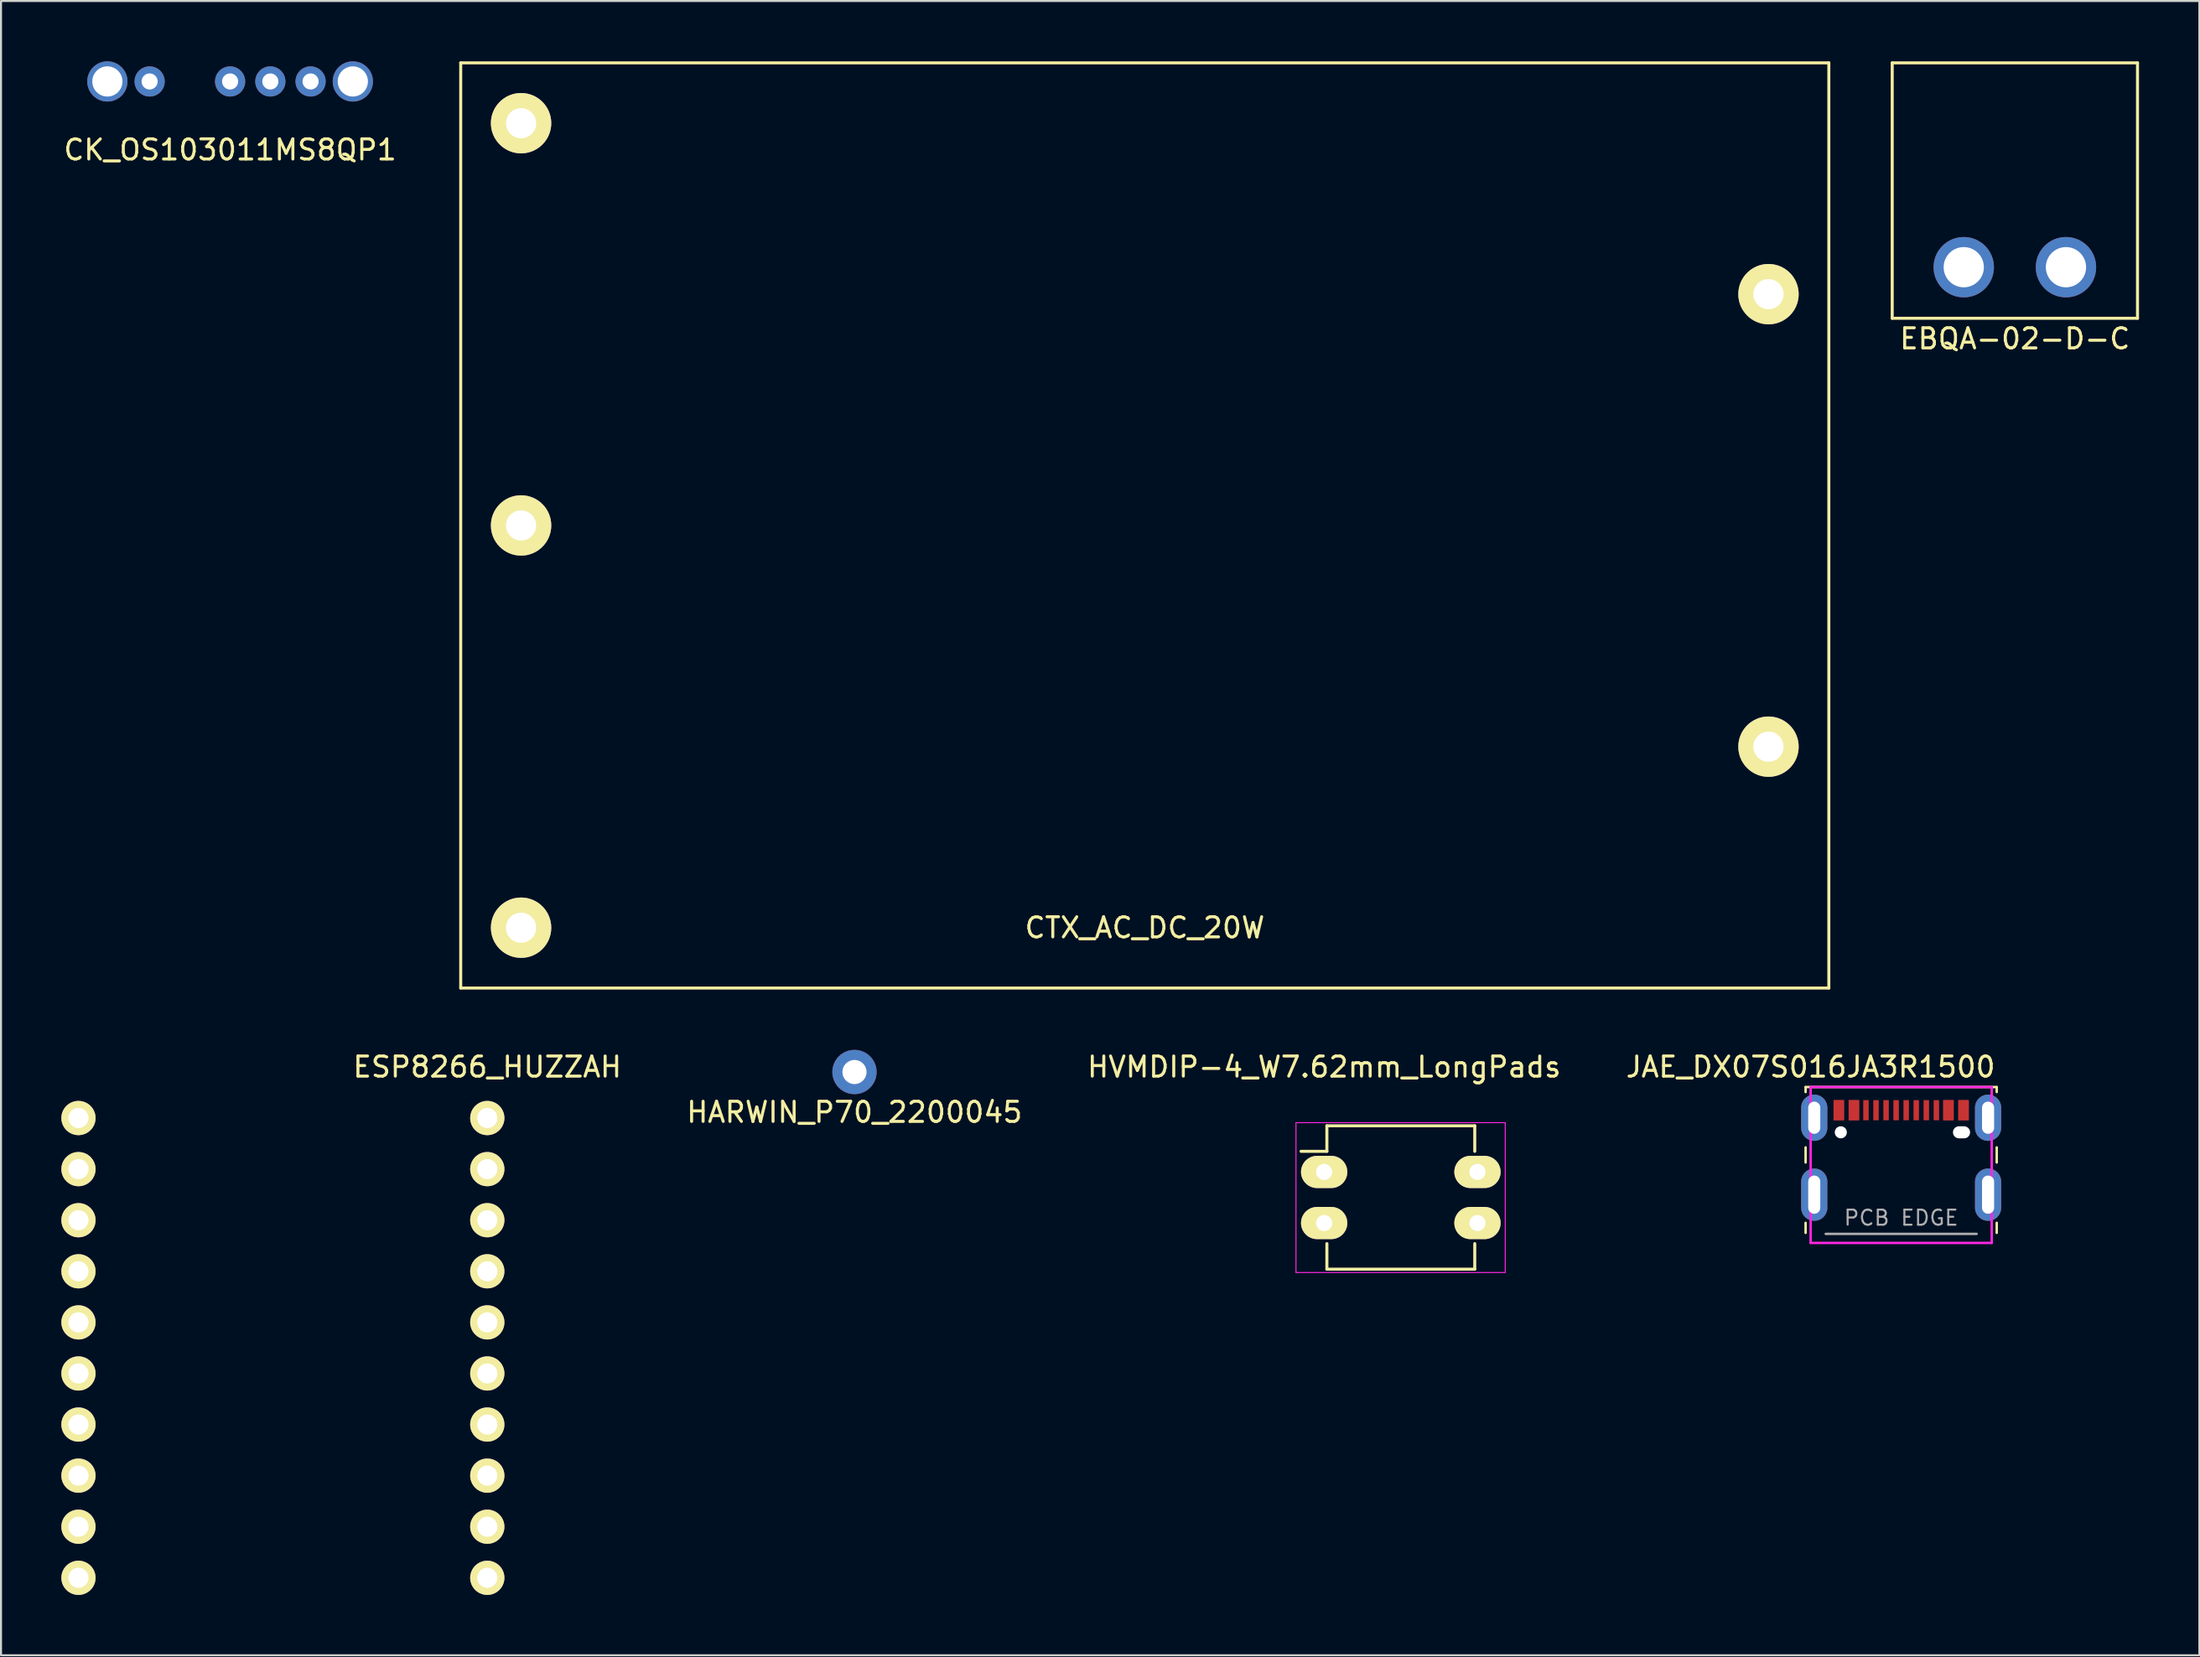
<source format=kicad_pcb>
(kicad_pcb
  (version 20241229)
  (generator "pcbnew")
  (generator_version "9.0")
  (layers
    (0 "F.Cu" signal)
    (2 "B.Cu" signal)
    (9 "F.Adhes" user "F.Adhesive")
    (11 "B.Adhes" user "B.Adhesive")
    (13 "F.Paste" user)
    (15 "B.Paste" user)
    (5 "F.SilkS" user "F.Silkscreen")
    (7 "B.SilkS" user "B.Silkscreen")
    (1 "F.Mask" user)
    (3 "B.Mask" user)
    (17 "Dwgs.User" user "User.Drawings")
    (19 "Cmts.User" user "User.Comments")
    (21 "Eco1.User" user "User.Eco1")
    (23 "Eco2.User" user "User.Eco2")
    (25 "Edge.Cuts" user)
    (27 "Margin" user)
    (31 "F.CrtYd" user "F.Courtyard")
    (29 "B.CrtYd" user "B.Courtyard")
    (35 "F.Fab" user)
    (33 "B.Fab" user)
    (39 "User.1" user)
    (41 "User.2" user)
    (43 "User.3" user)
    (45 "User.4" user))
  (footprint "ESP8266_HUZZAH"
    (layer "F.Cu")
    (at 11.01 62.698)
    (property "Reference" "ESP8266_HUZZAH" (at 10.16 -12.7 0) (layer "F.SilkS") (effects (font (size 1 1) (thickness 0.15))))
    (attr through_hole)
    (pad "1" thru_hole circle (at -10.16 -10.16) (size 1.7 1.7) (drill 1) (layers "*.Cu" "*.Mask" "F.SilkS"))
    (pad "2" thru_hole circle (at -10.16 -7.62) (size 1.7 1.7) (drill 1) (layers "*.Cu" "*.Mask" "F.SilkS"))
    (pad "3" thru_hole circle (at -10.16 -5.08) (size 1.7 1.7) (drill 1) (layers "*.Cu" "*.Mask" "F.SilkS"))
    (pad "4" thru_hole circle (at -10.16 -2.54) (size 1.7 1.7) (drill 1) (layers "*.Cu" "*.Mask" "F.SilkS"))
    (pad "5" thru_hole circle (at -10.16 0) (size 1.7 1.7) (drill 1) (layers "*.Cu" "*.Mask" "F.SilkS"))
    (pad "6" thru_hole circle (at -10.16 2.54) (size 1.7 1.7) (drill 1) (layers "*.Cu" "*.Mask" "F.SilkS"))
    (pad "7" thru_hole circle (at -10.16 5.08) (size 1.7 1.7) (drill 1) (layers "*.Cu" "*.Mask" "F.SilkS"))
    (pad "8" thru_hole circle (at -10.16 7.62) (size 1.7 1.7) (drill 1) (layers "*.Cu" "*.Mask" "F.SilkS"))
    (pad "9" thru_hole circle (at -10.16 10.16) (size 1.7 1.7) (drill 1) (layers "*.Cu" "*.Mask" "F.SilkS"))
    (pad "10" thru_hole circle (at -10.16 12.7) (size 1.7 1.7) (drill 1) (layers "*.Cu" "*.Mask" "F.SilkS"))
    (pad "11" thru_hole circle (at 10.16 12.7) (size 1.7 1.7) (drill 1) (layers "*.Cu" "*.Mask" "F.SilkS"))
    (pad "12" thru_hole circle (at 10.16 10.16) (size 1.7 1.7) (drill 1) (layers "*.Cu" "*.Mask" "F.SilkS"))
    (pad "13" thru_hole circle (at 10.16 7.62) (size 1.7 1.7) (drill 1) (layers "*.Cu" "*.Mask" "F.SilkS"))
    (pad "14" thru_hole circle (at 10.16 5.08) (size 1.7 1.7) (drill 1) (layers "*.Cu" "*.Mask" "F.SilkS"))
    (pad "15" thru_hole circle (at 10.16 2.54) (size 1.7 1.7) (drill 1) (layers "*.Cu" "*.Mask" "F.SilkS"))
    (pad "16" thru_hole circle (at 10.16 0) (size 1.7 1.7) (drill 1) (layers "*.Cu" "*.Mask" "F.SilkS"))
    (pad "17" thru_hole circle (at 10.16 -2.54) (size 1.7 1.7) (drill 1) (layers "*.Cu" "*.Mask" "F.SilkS"))
    (pad "18" thru_hole circle (at 10.16 -5.08) (size 1.7 1.7) (drill 1) (layers "*.Cu" "*.Mask" "F.SilkS"))
    (pad "19" thru_hole circle (at 10.16 -7.62) (size 1.7 1.7) (drill 1) (layers "*.Cu" "*.Mask" "F.SilkS"))
    (pad "20" thru_hole circle (at 10.16 -10.16) (size 1.7 1.7) (drill 1) (layers "*.Cu" "*.Mask" "F.SilkS")))
  (footprint "EBQA-02-D-C"
    (layer "F.Cu")
    (at 97.095 7.695)
    (property "Reference" "EBQA-02-D-C" (at 0 6.096 0) (layer "F.SilkS") (effects (font (size 1 1) (thickness 0.15))))
    (attr through_hole)
    (fp_line (start -6.096 -7.62) (end -6.096 5.08) (stroke (width 0.15) (type solid)) (layer "F.SilkS"))
    (fp_line (start -6.096 5.08) (end 6.096 5.08) (stroke (width 0.15) (type solid)) (layer "F.SilkS"))
    (fp_line (start 6.096 -7.62) (end -6.096 -7.62) (stroke (width 0.15) (type solid)) (layer "F.SilkS"))
    (fp_line (start 6.096 5.08) (end 6.096 -7.62) (stroke (width 0.15) (type solid)) (layer "F.SilkS"))
    (pad "1" thru_hole circle (at -2.54 2.54) (size 3 3) (drill 2) (layers "*.Cu" "*.Mask"))
    (pad "2" thru_hole circle (at 2.54 2.54) (size 3 3) (drill 2) (layers "*.Cu" "*.Mask")))
  (footprint "HARWIN_P70_2200045"
    (layer "F.Cu")
    (at 39.42 50.25)
    (property "Reference" "HARWIN_P70_2200045" (at 0 2 0) (layer "F.SilkS") (effects (font (size 1 1) (thickness 0.15))))
    (attr through_hole)
    (pad "1" thru_hole circle (at 0 0) (size 2.2 2.2) (drill 1.2) (layers "*.Cu" "*.Mask")))
  (footprint "CK_OS103011MS8QP1"
    (layer "F.Cu")
    (at 8.387 1)
    (property "Reference" "CK_OS103011MS8QP1" (at 0 3.4 0) (layer "F.SilkS") (effects (font (size 1 1) (thickness 0.15))))
    (attr through_hole)
    (pad "" thru_hole circle (at -6.1 0) (size 2 2) (drill 1.5) (layers "*.Cu" "*.Mask"))
    (pad "" thru_hole circle (at 6.1 0) (size 2 2) (drill 1.5) (layers "*.Cu" "*.Mask"))
    (pad "1" thru_hole circle (at -4 0) (size 1.5 1.5) (drill 0.8) (layers "*.Cu" "*.Mask"))
    (pad "2" thru_hole circle (at 2 0) (size 1.5 1.5) (drill 0.8) (layers "*.Cu" "*.Mask"))
    (pad "3" thru_hole circle (at 0 0) (size 1.5 1.5) (drill 0.8) (layers "*.Cu" "*.Mask"))
    (pad "4" thru_hole circle (at 4 0) (size 1.5 1.5) (drill 0.8) (layers "*.Cu" "*.Mask")))
  (footprint "CTX_AC_DC_20W"
    (layer "F.Cu")
    (at 53.849 23.075)
    (property "Reference" "CTX_AC_DC_20W" (at 0 20 0) (layer "F.SilkS") (effects (font (size 1 1) (thickness 0.15))))
    (attr through_hole)
    (fp_line (start -34 -23) (end 34 -23) (stroke (width 0.15) (type solid)) (layer "F.SilkS"))
    (fp_line (start -34 23) (end -34 -23) (stroke (width 0.15) (type solid)) (layer "F.SilkS"))
    (fp_line (start 34 -23) (end 34 23) (stroke (width 0.15) (type solid)) (layer "F.SilkS"))
    (fp_line (start 34 23) (end -34 23) (stroke (width 0.15) (type solid)) (layer "F.SilkS"))
    (pad "1" thru_hole circle (at -31 -20) (size 3 3) (drill 1.5) (layers "*.Cu" "*.Mask" "F.SilkS"))
    (pad "2" thru_hole circle (at -31 0) (size 3 3) (drill 1.5) (layers "*.Cu" "*.Mask" "F.SilkS"))
    (pad "3" thru_hole circle (at -31 20) (size 3 3) (drill 1.5) (layers "*.Cu" "*.Mask" "F.SilkS"))
    (pad "4" thru_hole circle (at 31 11) (size 3 3) (drill 1.5) (layers "*.Cu" "*.Mask" "F.SilkS"))
    (pad "5" thru_hole circle (at 31 -11.5) (size 3 3) (drill 1.5) (layers "*.Cu" "*.Mask" "F.SilkS")))
  (footprint "HVMDIP-4_W7.62mm_LongPads"
    (layer "F.Cu")
    (at 62.765 55.218)
    (property "Reference" "HVMDIP-4_W7.62mm_LongPads" (at 0 -5.22 0) (layer "F.SilkS") (effects (font (size 1 1) (thickness 0.15))))
    (attr through_hole)
    (fp_line (start 0.135 -2.295) (end 0.135 -1.025) (stroke (width 0.15) (type solid)) (layer "F.SilkS"))
    (fp_line (start 0.135 -2.295) (end 7.485 -2.295) (stroke (width 0.15) (type solid)) (layer "F.SilkS"))
    (fp_line (start 0.135 -1.025) (end -1.15 -1.025) (stroke (width 0.15) (type solid)) (layer "F.SilkS"))
    (fp_line (start 0.135 4.835) (end 0.135 3.565) (stroke (width 0.15) (type solid)) (layer "F.SilkS"))
    (fp_line (start 0.135 4.835) (end 7.485 4.835) (stroke (width 0.15) (type solid)) (layer "F.SilkS"))
    (fp_line (start 7.485 -2.295) (end 7.485 -1.025) (stroke (width 0.15) (type solid)) (layer "F.SilkS"))
    (fp_line (start 7.485 4.835) (end 7.485 3.565) (stroke (width 0.15) (type solid)) (layer "F.SilkS"))
    (fp_line (start -1.4 -2.45) (end -1.4 5) (stroke (width 0.05) (type solid)) (layer "F.CrtYd"))
    (fp_line (start -1.4 -2.45) (end 9 -2.45) (stroke (width 0.05) (type solid)) (layer "F.CrtYd"))
    (fp_line (start -1.4 5) (end 9 5) (stroke (width 0.05) (type solid)) (layer "F.CrtYd"))
    (fp_line (start 9 -2.45) (end 9 5) (stroke (width 0.05) (type solid)) (layer "F.CrtYd"))
    (pad "1" thru_hole oval (at 0 0) (size 2.3 1.6) (drill 0.8) (layers "*.Cu" "*.Mask" "F.SilkS"))
    (pad "1" thru_hole oval (at 0 2.54) (size 2.3 1.6) (drill 0.8) (layers "*.Cu" "*.Mask" "F.SilkS"))
    (pad "2" thru_hole oval (at 7.62 2.54) (size 2.3 1.6) (drill 0.8) (layers "*.Cu" "*.Mask" "F.SilkS"))
    (pad "3" thru_hole oval (at 7.62 0) (size 2.3 1.6) (drill 0.8) (layers "*.Cu" "*.Mask" "F.SilkS")))
  (footprint "JAE_DX07S016JA3R1500"
    (layer "F.Cu")
    (at 91.444 53.248)
    (property "Reference" "JAE_DX07S016JA3R1500" (at -4.5 -3.25 0) (layer "F.SilkS") (effects (font (size 1 1) (thickness 0.15))))
    (attr through_hole)
    (fp_line (start -4.75 -2.25) (end 4.75 -2.25) (stroke (width 0.12) (type solid)) (layer "F.SilkS"))
    (fp_line (start -4.75 -2) (end -4.75 -2.25) (stroke (width 0.12) (type solid)) (layer "F.SilkS"))
    (fp_line (start -4.75 0.75) (end -4.75 1.5) (stroke (width 0.12) (type solid)) (layer "F.SilkS"))
    (fp_line (start -4.75 4.5) (end -4.75 5) (stroke (width 0.12) (type solid)) (layer "F.SilkS"))
    (fp_line (start 4.75 -2.25) (end 4.75 -2) (stroke (width 0.12) (type solid)) (layer "F.SilkS"))
    (fp_line (start 4.75 0.75) (end 4.75 1.5) (stroke (width 0.12) (type solid)) (layer "F.SilkS"))
    (fp_line (start 4.75 4.5) (end 4.75 5) (stroke (width 0.12) (type solid)) (layer "F.SilkS"))
    (fp_line (start -4.5 -2.25) (end 4.5 -2.25) (stroke (width 0.12) (type solid)) (layer "F.CrtYd"))
    (fp_line (start -4.5 5.5) (end -4.5 -2.25) (stroke (width 0.12) (type solid)) (layer "F.CrtYd"))
    (fp_line (start 4.5 -2.25) (end 4.5 5.5) (stroke (width 0.12) (type solid)) (layer "F.CrtYd"))
    (fp_line (start 4.5 5.5) (end -4.5 5.5) (stroke (width 0.12) (type solid)) (layer "F.CrtYd"))
    (fp_line (start -3.75 5.05) (end 3.75 5.05) (stroke (width 0.12) (type solid)) (layer "F.Fab"))
    (fp_text user "PCB EDGE" (at 0 4.25 0) (layer "F.Fab") (effects (font (size 0.75 0.75) (thickness 0.1))))
    (pad "" np_thru_hole circle (at -3 0) (size 0.6 0.6) (drill 0.6) (layers "*.Cu" "*.Mask"))
    (pad "" np_thru_hole oval (at 3 0) (size 0.85 0.6) (drill oval 0.85 0.6) (layers "*.Cu" "*.Mask"))
    (pad "A1" smd rect (at -3.1 -1.1) (size 0.52 1) (layers "F.Cu" "F.Mask" "F.Paste"))
    (pad "A4" smd rect (at -2.35 -1.1) (size 0.52 1) (layers "F.Cu" "F.Mask" "F.Paste"))
    (pad "A5" smd rect (at -1.75 -1.1) (size 0.27 1) (layers "F.Cu" "F.Mask" "F.Paste"))
    (pad "A6" smd rect (at -0.25 -1.1) (size 0.27 1) (layers "F.Cu" "F.Mask" "F.Paste"))
    (pad "A7" smd rect (at 0.75 -1.1) (size 0.27 1) (layers "F.Cu" "F.Mask" "F.Paste"))
    (pad "A8" smd rect (at 1.75 -1.1) (size 0.27 1) (layers "F.Cu" "F.Mask" "F.Paste"))
    (pad "A9" smd rect (at 2.35 -1.1) (size 0.52 1) (layers "F.Cu" "F.Mask" "F.Paste"))
    (pad "A12" smd rect (at 3.1 -1.1) (size 0.52 1) (layers "F.Cu" "F.Mask" "F.Paste"))
    (pad "B1" smd rect (at 3.1 -1.1) (size 0.52 1) (layers "F.Cu" "F.Mask" "F.Paste"))
    (pad "B4" smd rect (at 2.35 -1.1) (size 0.52 1) (layers "F.Cu" "F.Mask" "F.Paste"))
    (pad "B5" smd rect (at 1.25 -1.1) (size 0.27 1) (layers "F.Cu" "F.Mask" "F.Paste"))
    (pad "B6" smd rect (at 0.25 -1.1) (size 0.27 1) (layers "F.Cu" "F.Mask" "F.Paste"))
    (pad "B7" smd rect (at -0.75 -1.1) (size 0.27 1) (layers "F.Cu" "F.Mask" "F.Paste"))
    (pad "B8" smd rect (at -1.25 -1.1) (size 0.27 1) (layers "F.Cu" "F.Mask" "F.Paste"))
    (pad "B9" smd rect (at -2.35 -1.1) (size 0.52 1) (layers "F.Cu" "F.Mask" "F.Paste"))
    (pad "B12" smd rect (at -3.1 -1.1) (size 0.52 1) (layers "F.Cu" "F.Mask" "F.Paste"))
    (pad "S1" thru_hole oval (at -4.32 -0.725) (size 1.3 2.3) (drill oval 0.6 1.6) (layers "*.Cu" "*.Mask"))
    (pad "S1" thru_hole oval (at -4.32 3.1) (size 1.3 2.6) (drill oval 0.6 1.9) (layers "*.Cu" "*.Mask"))
    (pad "S1" thru_hole oval (at 4.32 -0.725) (size 1.3 2.3) (drill oval 0.6 1.6) (layers "*.Cu" "*.Mask"))
    (pad "S1" thru_hole oval (at 4.32 3.1) (size 1.3 2.6) (drill oval 0.6 1.9) (layers "*.Cu" "*.Mask")))
  (gr_rect
    (start -3 -3)
    (end 106.266 79.248)
    (stroke (width 0.1) (type default))
    (fill no)
    (layer "Edge.Cuts")))
</source>
